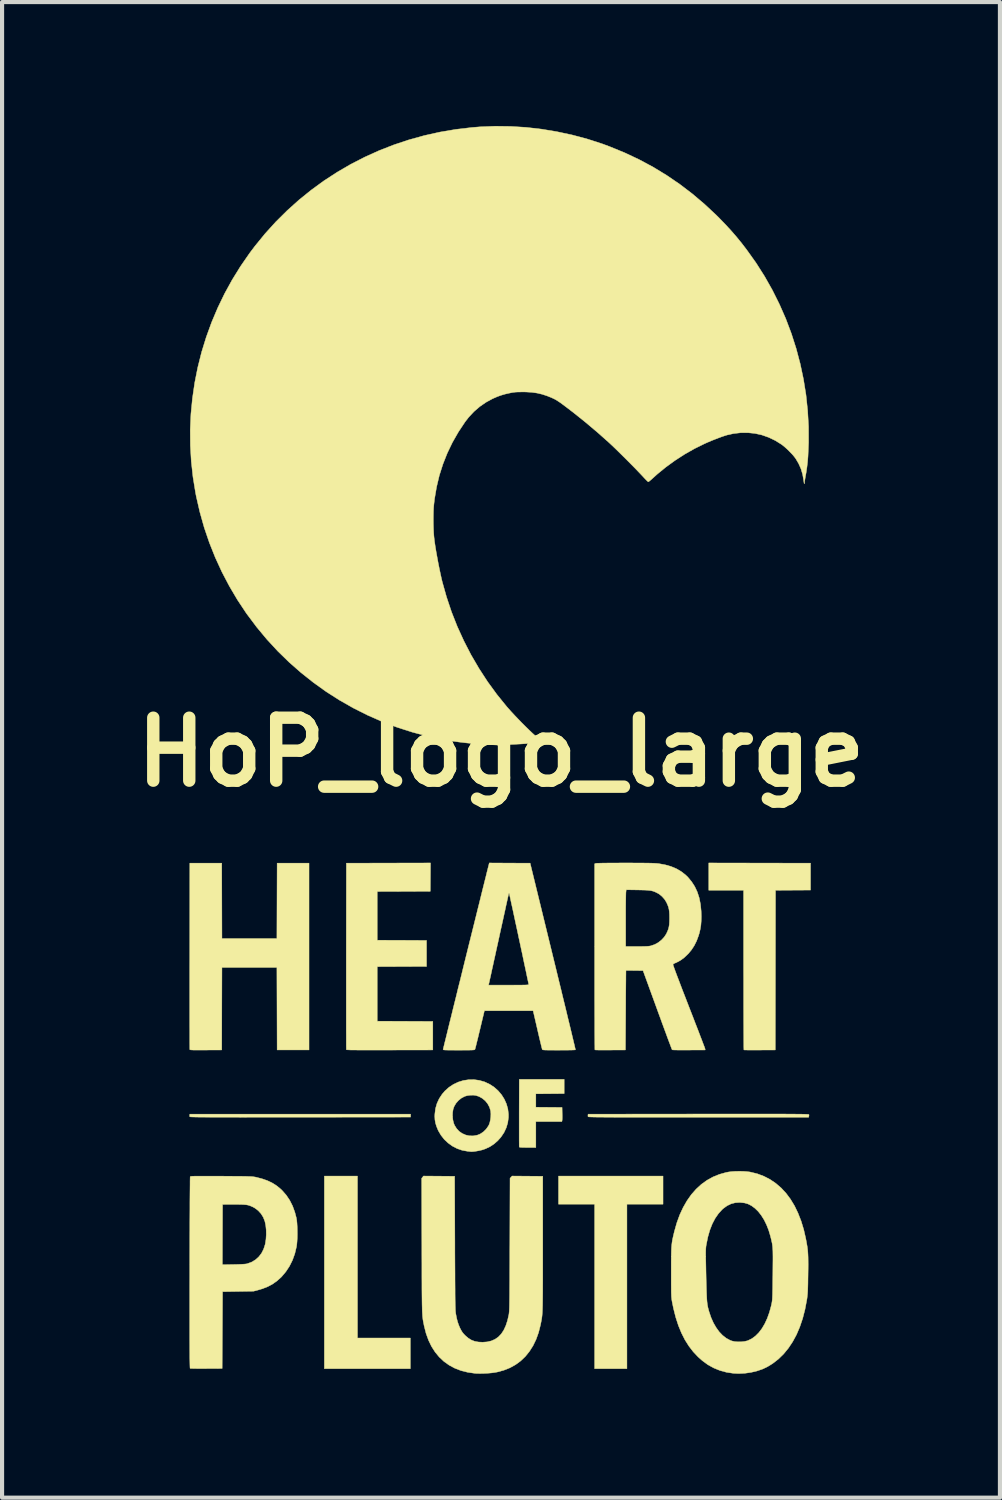
<source format=kicad_pcb>
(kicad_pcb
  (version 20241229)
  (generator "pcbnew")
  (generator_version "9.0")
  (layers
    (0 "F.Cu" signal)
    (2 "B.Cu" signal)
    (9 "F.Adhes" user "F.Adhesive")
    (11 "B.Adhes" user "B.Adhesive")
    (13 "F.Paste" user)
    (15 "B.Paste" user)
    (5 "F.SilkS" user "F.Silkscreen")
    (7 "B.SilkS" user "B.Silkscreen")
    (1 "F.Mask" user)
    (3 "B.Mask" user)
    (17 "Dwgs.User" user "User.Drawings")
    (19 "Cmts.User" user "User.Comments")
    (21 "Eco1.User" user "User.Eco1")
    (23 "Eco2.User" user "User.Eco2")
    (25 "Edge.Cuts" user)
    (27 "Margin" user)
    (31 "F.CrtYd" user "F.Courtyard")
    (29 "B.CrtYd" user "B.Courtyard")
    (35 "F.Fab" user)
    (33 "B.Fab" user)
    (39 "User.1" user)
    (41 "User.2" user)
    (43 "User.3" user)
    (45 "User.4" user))
  (footprint "HoP_logo_large"
    (layer "F.Cu")
    (at 9.079 15.159)
    (property "Reference" "HoP_logo_large" (at 0 0 0) (layer "F.SilkS") (effects (font (size 1.524 1.524) (thickness 0.3))))
    (attr through_hole)
    (fp_poly (pts (xy -3.475 14.183) (xy -2.195 14.183) (xy -2.195 14.925) (xy -4.277 14.925) (xy -4.277 10.262) (xy -3.475 10.262) (xy -3.475 14.183)) (stroke (width 0.01) (type solid)) (fill yes) (layer "F.SilkS"))
    (fp_poly (pts (xy 3.922 10.942) (xy 3.048 10.942) (xy 3.048 14.925) (xy 2.266 14.925) (xy 2.266 10.942) (xy 1.392 10.942) (xy 1.392 10.262) (xy 3.922 10.262) (xy 3.922 10.942)) (stroke (width 0.01) (type solid)) (fill yes) (layer "F.SilkS"))
    (fp_poly (pts (xy -2.189 8.834) (xy -4.859 8.837) (xy -5.138 8.837) (xy -5.397 8.837) (xy -5.638 8.837) (xy -5.86 8.837) (xy -6.064 8.837) (xy -6.252 8.838) (xy -6.424 8.837) (xy -6.58 8.837) (xy -6.721 8.837) (xy -6.848 8.837) (xy -6.962 8.837) (xy -7.063 8.836) (xy -7.152 8.836) (xy -7.229 8.835) (xy -7.296 8.835) (xy -7.353 8.834) (xy -7.401 8.833) (xy -7.44 8.832) (xy -7.472 8.831) (xy -7.496 8.83) (xy -7.514 8.829) (xy -7.526 8.828) (xy -7.532 8.826) (xy -7.535 8.825) (xy -7.538 8.803) (xy -7.537 8.787) (xy -7.534 8.763) (xy -2.189 8.763) (xy -2.189 8.834)) (stroke (width 0.01) (type solid)) (fill yes) (layer "F.SilkS"))
    (fp_poly (pts (xy 7.493 2.687) (xy 7.493 3.338) (xy 6.645 3.343) (xy 6.64 7.209) (xy 6.263 7.211) (xy 6.177 7.212) (xy 6.098 7.212) (xy 6.028 7.211) (xy 5.969 7.211) (xy 5.922 7.21) (xy 5.892 7.209) (xy 5.88 7.207) (xy 5.879 7.207) (xy 5.879 7.196) (xy 5.878 7.166) (xy 5.877 7.118) (xy 5.877 7.052) (xy 5.876 6.97) (xy 5.876 6.873) (xy 5.875 6.761) (xy 5.875 6.636) (xy 5.874 6.498) (xy 5.874 6.349) (xy 5.873 6.19) (xy 5.873 6.021) (xy 5.873 5.844) (xy 5.873 5.659) (xy 5.873 5.468) (xy 5.872 5.272) (xy 5.872 3.343) (xy 5.029 3.343) (xy 5.029 2.682) (xy 7.493 2.687)) (stroke (width 0.01) (type solid)) (fill yes) (layer "F.SilkS"))
    (fp_poly (pts (xy 1.529 8.265) (xy 0.843 8.271) (xy 0.843 8.595) (xy 1.478 8.6) (xy 1.481 8.748) (xy 1.482 8.802) (xy 1.482 8.851) (xy 1.481 8.89) (xy 1.479 8.914) (xy 1.478 8.918) (xy 1.473 8.941) (xy 0.843 8.941) (xy 0.843 9.571) (xy 0.645 9.571) (xy 0.572 9.57) (xy 0.517 9.569) (xy 0.479 9.567) (xy 0.455 9.564) (xy 0.443 9.56) (xy 0.442 9.558) (xy 0.441 9.546) (xy 0.44 9.515) (xy 0.44 9.468) (xy 0.439 9.404) (xy 0.439 9.326) (xy 0.439 9.236) (xy 0.439 9.135) (xy 0.439 9.024) (xy 0.439 8.906) (xy 0.439 8.781) (xy 0.439 8.733) (xy 0.442 7.92) (xy 1.529 7.92) (xy 1.529 8.265)) (stroke (width 0.01) (type solid)) (fill yes) (layer "F.SilkS"))
    (fp_poly (pts (xy -6.756 4.511) (xy -5.426 4.511) (xy -5.423 3.599) (xy -5.42 2.687) (xy -4.648 2.687) (xy -4.648 7.209) (xy -5.42 7.209) (xy -5.426 5.212) (xy -6.756 5.212) (xy -6.759 6.21) (xy -6.761 7.209) (xy -7.145 7.211) (xy -7.248 7.212) (xy -7.332 7.212) (xy -7.399 7.212) (xy -7.451 7.211) (xy -7.488 7.209) (xy -7.514 7.207) (xy -7.528 7.205) (xy -7.534 7.201) (xy -7.534 7.201) (xy -7.534 7.19) (xy -7.535 7.159) (xy -7.535 7.11) (xy -7.536 7.043) (xy -7.536 6.96) (xy -7.536 6.861) (xy -7.536 6.747) (xy -7.537 6.62) (xy -7.537 6.479) (xy -7.537 6.326) (xy -7.537 6.162) (xy -7.537 5.989) (xy -7.537 5.805) (xy -7.537 5.614) (xy -7.537 5.415) (xy -7.537 5.209) (xy -7.536 4.998) (xy -7.536 4.938) (xy -7.534 2.687) (xy -6.761 2.687) (xy -6.756 4.511)) (stroke (width 0.01) (type solid)) (fill yes) (layer "F.SilkS"))
    (fp_poly (pts (xy -1.712 3.368) (xy -2.355 3.371) (xy -2.997 3.373) (xy -2.997 4.552) (xy -2.4 4.554) (xy -1.803 4.557) (xy -1.803 5.187) (xy -2.997 5.192) (xy -2.997 6.512) (xy -1.651 6.518) (xy -1.651 7.209) (xy -2.695 7.211) (xy -2.87 7.211) (xy -3.026 7.212) (xy -3.163 7.212) (xy -3.282 7.212) (xy -3.386 7.211) (xy -3.474 7.211) (xy -3.548 7.21) (xy -3.608 7.21) (xy -3.656 7.209) (xy -3.692 7.207) (xy -3.718 7.206) (xy -3.735 7.204) (xy -3.743 7.202) (xy -3.744 7.201) (xy -3.745 7.19) (xy -3.745 7.159) (xy -3.746 7.11) (xy -3.746 7.043) (xy -3.746 6.96) (xy -3.746 6.861) (xy -3.747 6.747) (xy -3.747 6.62) (xy -3.747 6.479) (xy -3.747 6.326) (xy -3.747 6.162) (xy -3.747 5.989) (xy -3.747 5.805) (xy -3.747 5.614) (xy -3.747 5.415) (xy -3.747 5.209) (xy -3.747 4.998) (xy -3.747 4.938) (xy -3.744 2.687) (xy -1.707 2.682) (xy -1.712 3.368)) (stroke (width 0.01) (type solid)) (fill yes) (layer "F.SilkS"))
    (fp_poly (pts (xy 6.334 8.76) (xy 6.489 8.76) (xy 6.63 8.76) (xy 6.756 8.76) (xy 6.869 8.76) (xy 6.97 8.761) (xy 7.058 8.761) (xy 7.136 8.762) (xy 7.203 8.762) (xy 7.26 8.763) (xy 7.309 8.764) (xy 7.349 8.765) (xy 7.381 8.766) (xy 7.406 8.767) (xy 7.425 8.768) (xy 7.439 8.769) (xy 7.448 8.771) (xy 7.453 8.772) (xy 7.454 8.773) (xy 7.456 8.794) (xy 7.453 8.814) (xy 7.447 8.839) (xy 4.78 8.839) (xy 4.501 8.839) (xy 4.242 8.839) (xy 4.002 8.839) (xy 3.78 8.839) (xy 3.575 8.839) (xy 3.388 8.839) (xy 3.216 8.838) (xy 3.06 8.838) (xy 2.919 8.838) (xy 2.792 8.838) (xy 2.678 8.837) (xy 2.577 8.837) (xy 2.489 8.836) (xy 2.411 8.835) (xy 2.344 8.835) (xy 2.287 8.834) (xy 2.24 8.833) (xy 2.2 8.832) (xy 2.169 8.831) (xy 2.145 8.83) (xy 2.128 8.829) (xy 2.116 8.827) (xy 2.109 8.826) (xy 2.107 8.825) (xy 2.104 8.803) (xy 2.105 8.787) (xy 2.108 8.763) (xy 4.778 8.76) (xy 5.056 8.76) (xy 5.314 8.76) (xy 5.553 8.76) (xy 5.774 8.76) (xy 5.977 8.76) (xy 6.164 8.76) (xy 6.334 8.76)) (stroke (width 0.01) (type solid)) (fill yes) (layer "F.SilkS"))
    (fp_poly (pts (xy -0.526 7.945) (xy -0.399 7.981) (xy -0.388 7.986) (xy -0.27 8.042) (xy -0.163 8.113) (xy -0.068 8.198) (xy 0.013 8.294) (xy 0.08 8.401) (xy 0.131 8.515) (xy 0.165 8.635) (xy 0.18 8.76) (xy 0.18 8.842) (xy 0.163 8.97) (xy 0.127 9.092) (xy 0.072 9.209) (xy -0.000437 9.317) (xy -0.078 9.405) (xy -0.171 9.486) (xy -0.268 9.55) (xy -0.376 9.601) (xy -0.446 9.626) (xy -0.486 9.636) (xy -0.535 9.647) (xy -0.589 9.657) (xy -0.641 9.665) (xy -0.686 9.67) (xy -0.719 9.671) (xy -0.726 9.671) (xy -0.741 9.669) (xy -0.77 9.666) (xy -0.807 9.662) (xy -0.813 9.661) (xy -0.94 9.638) (xy -1.062 9.596) (xy -1.176 9.537) (xy -1.281 9.462) (xy -1.374 9.374) (xy -1.454 9.272) (xy -1.52 9.16) (xy -1.562 9.058) (xy -1.587 8.975) (xy -1.6 8.897) (xy -1.604 8.816) (xy -1.174 8.816) (xy -1.165 8.903) (xy -1.145 8.983) (xy -1.127 9.029) (xy -1.077 9.11) (xy -1.015 9.178) (xy -0.94 9.23) (xy -0.857 9.267) (xy -0.768 9.287) (xy -0.674 9.289) (xy -0.577 9.272) (xy -0.574 9.271) (xy -0.497 9.239) (xy -0.425 9.19) (xy -0.361 9.127) (xy -0.308 9.052) (xy -0.289 9.016) (xy -0.271 8.963) (xy -0.257 8.898) (xy -0.248 8.826) (xy -0.246 8.756) (xy -0.251 8.693) (xy -0.252 8.683) (xy -0.279 8.594) (xy -0.323 8.512) (xy -0.382 8.439) (xy -0.453 8.38) (xy -0.535 8.335) (xy -0.608 8.311) (xy -0.67 8.303) (xy -0.741 8.304) (xy -0.812 8.313) (xy -0.874 8.33) (xy -0.876 8.331) (xy -0.956 8.372) (xy -1.029 8.43) (xy -1.091 8.501) (xy -1.136 8.578) (xy -1.16 8.648) (xy -1.172 8.729) (xy -1.174 8.816) (xy -1.604 8.816) (xy -1.604 8.814) (xy -1.602 8.76) (xy -1.586 8.628) (xy -1.55 8.503) (xy -1.496 8.386) (xy -1.423 8.276) (xy -1.358 8.201) (xy -1.26 8.113) (xy -1.151 8.041) (xy -1.034 7.986) (xy -0.911 7.948) (xy -0.784 7.929) (xy -0.655 7.927) (xy -0.526 7.945)) (stroke (width 0.01) (type solid)) (fill yes) (layer "F.SilkS"))
    (fp_poly (pts (xy 0.639 10.264) (xy 1.011 10.267) (xy 1.011 11.892) (xy 1.011 12.11) (xy 1.011 12.308) (xy 1.011 12.488) (xy 1.011 12.651) (xy 1.011 12.797) (xy 1.01 12.929) (xy 1.01 13.046) (xy 1.009 13.15) (xy 1.008 13.243) (xy 1.007 13.324) (xy 1.006 13.395) (xy 1.004 13.458) (xy 1.002 13.513) (xy 1 13.561) (xy 0.997 13.603) (xy 0.994 13.64) (xy 0.99 13.674) (xy 0.986 13.705) (xy 0.981 13.734) (xy 0.976 13.763) (xy 0.97 13.793) (xy 0.964 13.823) (xy 0.957 13.857) (xy 0.955 13.868) (xy 0.909 14.049) (xy 0.849 14.216) (xy 0.775 14.369) (xy 0.688 14.506) (xy 0.589 14.629) (xy 0.476 14.737) (xy 0.352 14.828) (xy 0.215 14.904) (xy 0.067 14.963) (xy -0.093 15.006) (xy -0.147 15.016) (xy -0.228 15.027) (xy -0.32 15.035) (xy -0.417 15.04) (xy -0.511 15.042) (xy -0.597 15.04) (xy -0.635 15.037) (xy -0.808 15.012) (xy -0.97 14.971) (xy -1.12 14.913) (xy -1.257 14.839) (xy -1.382 14.75) (xy -1.495 14.644) (xy -1.595 14.523) (xy -1.682 14.387) (xy -1.755 14.236) (xy -1.815 14.07) (xy -1.861 13.89) (xy -1.864 13.875) (xy -1.87 13.843) (xy -1.876 13.814) (xy -1.882 13.787) (xy -1.886 13.76) (xy -1.891 13.732) (xy -1.894 13.703) (xy -1.898 13.672) (xy -1.901 13.636) (xy -1.903 13.596) (xy -1.906 13.551) (xy -1.908 13.498) (xy -1.909 13.438) (xy -1.911 13.369) (xy -1.912 13.29) (xy -1.913 13.2) (xy -1.914 13.098) (xy -1.915 12.983) (xy -1.915 12.854) (xy -1.916 12.711) (xy -1.916 12.55) (xy -1.916 12.373) (xy -1.917 12.178) (xy -1.917 11.963) (xy -1.917 11.952) (xy -1.921 10.316) (xy -1.899 10.289) (xy -1.878 10.261) (xy -1.123 10.267) (xy -1.117 11.882) (xy -1.117 12.096) (xy -1.116 12.29) (xy -1.115 12.467) (xy -1.114 12.625) (xy -1.114 12.768) (xy -1.113 12.895) (xy -1.112 13.007) (xy -1.112 13.106) (xy -1.111 13.193) (xy -1.11 13.268) (xy -1.109 13.332) (xy -1.108 13.388) (xy -1.106 13.434) (xy -1.105 13.473) (xy -1.104 13.506) (xy -1.102 13.532) (xy -1.1 13.555) (xy -1.098 13.573) (xy -1.096 13.589) (xy -1.094 13.599) (xy -1.075 13.698) (xy -1.054 13.782) (xy -1.028 13.859) (xy -0.997 13.933) (xy -0.989 13.95) (xy -0.961 14.003) (xy -0.934 14.046) (xy -0.901 14.086) (xy -0.865 14.123) (xy -0.793 14.185) (xy -0.719 14.231) (xy -0.638 14.262) (xy -0.548 14.279) (xy -0.447 14.284) (xy -0.335 14.276) (xy -0.234 14.252) (xy -0.144 14.212) (xy -0.064 14.156) (xy 0.006 14.083) (xy 0.066 13.992) (xy 0.116 13.884) (xy 0.157 13.759) (xy 0.19 13.615) (xy 0.19 13.614) (xy 0.192 13.6) (xy 0.194 13.585) (xy 0.196 13.566) (xy 0.198 13.543) (xy 0.2 13.516) (xy 0.201 13.483) (xy 0.203 13.443) (xy 0.204 13.396) (xy 0.205 13.339) (xy 0.206 13.273) (xy 0.207 13.196) (xy 0.208 13.108) (xy 0.208 13.007) (xy 0.209 12.892) (xy 0.21 12.763) (xy 0.21 12.617) (xy 0.211 12.456) (xy 0.212 12.276) (xy 0.212 12.079) (xy 0.213 11.916) (xy 0.218 10.314) (xy 0.243 10.288) (xy 0.268 10.261) (xy 0.639 10.264)) (stroke (width 0.01) (type solid)) (fill yes) (layer "F.SilkS"))
    (fp_poly (pts (xy -7.147 10.263) (xy -7.044 10.263) (xy -6.923 10.264) (xy -6.784 10.264) (xy -6.773 10.264) (xy -6.632 10.265) (xy -6.509 10.266) (xy -6.404 10.267) (xy -6.315 10.267) (xy -6.239 10.268) (xy -6.176 10.269) (xy -6.124 10.271) (xy -6.081 10.272) (xy -6.046 10.274) (xy -6.018 10.276) (xy -5.993 10.279) (xy -5.972 10.282) (xy -5.953 10.285) (xy -5.933 10.289) (xy -5.929 10.29) (xy -5.786 10.327) (xy -5.659 10.371) (xy -5.546 10.424) (xy -5.443 10.488) (xy -5.348 10.564) (xy -5.299 10.61) (xy -5.199 10.724) (xy -5.115 10.849) (xy -5.046 10.986) (xy -4.991 11.138) (xy -4.956 11.271) (xy -4.946 11.33) (xy -4.939 11.403) (xy -4.934 11.488) (xy -4.932 11.58) (xy -4.931 11.674) (xy -4.933 11.766) (xy -4.938 11.852) (xy -4.945 11.926) (xy -4.952 11.974) (xy -4.992 12.141) (xy -5.049 12.299) (xy -5.122 12.445) (xy -5.21 12.578) (xy -5.312 12.699) (xy -5.324 12.711) (xy -5.423 12.8) (xy -5.529 12.875) (xy -5.644 12.937) (xy -5.772 12.988) (xy -5.872 13.018) (xy -5.989 13.049) (xy -6.365 13.055) (xy -6.741 13.061) (xy -6.751 14.92) (xy -7.132 14.922) (xy -7.219 14.923) (xy -7.299 14.923) (xy -7.371 14.922) (xy -7.431 14.921) (xy -7.479 14.92) (xy -7.511 14.919) (xy -7.526 14.917) (xy -7.526 14.917) (xy -7.528 14.912) (xy -7.529 14.9) (xy -7.53 14.881) (xy -7.531 14.852) (xy -7.532 14.814) (xy -7.533 14.766) (xy -7.534 14.708) (xy -7.535 14.638) (xy -7.535 14.556) (xy -7.536 14.461) (xy -7.536 14.353) (xy -7.537 14.23) (xy -7.537 14.093) (xy -7.537 13.941) (xy -7.537 13.772) (xy -7.537 13.587) (xy -7.537 13.384) (xy -7.537 13.163) (xy -7.537 12.923) (xy -7.536 12.663) (xy -7.536 12.603) (xy -7.536 12.408) (xy -6.746 12.408) (xy -6.469 12.403) (xy -6.377 12.401) (xy -6.303 12.398) (xy -6.244 12.395) (xy -6.199 12.392) (xy -6.165 12.388) (xy -6.14 12.382) (xy -6.137 12.381) (xy -6.033 12.342) (xy -5.941 12.286) (xy -5.863 12.215) (xy -5.797 12.129) (xy -5.747 12.03) (xy -5.711 11.919) (xy -5.706 11.895) (xy -5.69 11.789) (xy -5.683 11.676) (xy -5.685 11.563) (xy -5.696 11.456) (xy -5.716 11.361) (xy -5.717 11.359) (xy -5.755 11.26) (xy -5.81 11.172) (xy -5.88 11.096) (xy -5.963 11.034) (xy -6.007 11.01) (xy -6.045 10.993) (xy -6.079 10.979) (xy -6.113 10.968) (xy -6.149 10.96) (xy -6.191 10.955) (xy -6.242 10.951) (xy -6.304 10.949) (xy -6.381 10.948) (xy -6.467 10.948) (xy -6.741 10.947) (xy -6.746 12.408) (xy -7.536 12.408) (xy -7.536 12.382) (xy -7.536 12.167) (xy -7.535 11.959) (xy -7.535 11.759) (xy -7.534 11.568) (xy -7.534 11.387) (xy -7.533 11.216) (xy -7.532 11.057) (xy -7.532 10.91) (xy -7.531 10.776) (xy -7.53 10.656) (xy -7.529 10.551) (xy -7.528 10.462) (xy -7.528 10.389) (xy -7.527 10.334) (xy -7.526 10.298) (xy -7.525 10.28) (xy -7.525 10.279) (xy -7.522 10.275) (xy -7.518 10.272) (xy -7.509 10.27) (xy -7.496 10.268) (xy -7.476 10.266) (xy -7.449 10.265) (xy -7.412 10.264) (xy -7.365 10.263) (xy -7.306 10.263) (xy -7.234 10.263) (xy -7.147 10.263)) (stroke (width 0.01) (type solid)) (fill yes) (layer "F.SilkS"))
    (fp_poly (pts (xy 0.211 2.685) (xy 0.705 2.687) (xy 1.256 4.943) (xy 1.307 5.152) (xy 1.357 5.357) (xy 1.405 5.555) (xy 1.452 5.746) (xy 1.496 5.93) (xy 1.539 6.105) (xy 1.579 6.27) (xy 1.616 6.425) (xy 1.651 6.568) (xy 1.683 6.7) (xy 1.711 6.818) (xy 1.736 6.922) (xy 1.757 7.011) (xy 1.775 7.085) (xy 1.788 7.142) (xy 1.797 7.181) (xy 1.801 7.202) (xy 1.802 7.206) (xy 1.791 7.207) (xy 1.762 7.209) (xy 1.717 7.211) (xy 1.659 7.212) (xy 1.589 7.213) (xy 1.509 7.213) (xy 1.423 7.214) (xy 1.402 7.214) (xy 1.301 7.214) (xy 1.22 7.213) (xy 1.154 7.213) (xy 1.103 7.212) (xy 1.065 7.211) (xy 1.038 7.209) (xy 1.019 7.207) (xy 1.008 7.204) (xy 1.001 7.2) (xy 0.998 7.196) (xy 0.994 7.183) (xy 0.986 7.151) (xy 0.974 7.105) (xy 0.96 7.044) (xy 0.942 6.972) (xy 0.923 6.891) (xy 0.902 6.802) (xy 0.883 6.718) (xy 0.777 6.259) (xy -0.402 6.259) (xy -0.512 6.718) (xy -0.535 6.812) (xy -0.556 6.901) (xy -0.576 6.981) (xy -0.594 7.052) (xy -0.608 7.111) (xy -0.62 7.156) (xy -0.628 7.185) (xy -0.631 7.196) (xy -0.635 7.2) (xy -0.642 7.204) (xy -0.654 7.207) (xy -0.673 7.209) (xy -0.701 7.211) (xy -0.741 7.212) (xy -0.793 7.213) (xy -0.86 7.213) (xy -0.944 7.214) (xy -1.021 7.214) (xy -1.12 7.214) (xy -1.2 7.213) (xy -1.263 7.213) (xy -1.312 7.212) (xy -1.347 7.211) (xy -1.373 7.209) (xy -1.389 7.207) (xy -1.398 7.204) (xy -1.401 7.2) (xy -1.402 7.196) (xy -1.4 7.186) (xy -1.393 7.156) (xy -1.381 7.109) (xy -1.366 7.046) (xy -1.346 6.967) (xy -1.323 6.874) (xy -1.297 6.767) (xy -1.268 6.648) (xy -1.236 6.518) (xy -1.201 6.378) (xy -1.165 6.23) (xy -1.126 6.073) (xy -1.085 5.909) (xy -1.044 5.739) (xy -1.019 5.639) (xy -0.303 5.639) (xy 0.184 5.639) (xy 0.3 5.639) (xy 0.398 5.638) (xy 0.478 5.638) (xy 0.542 5.637) (xy 0.592 5.636) (xy 0.628 5.634) (xy 0.652 5.632) (xy 0.666 5.629) (xy 0.671 5.626) (xy 0.671 5.626) (xy 0.669 5.614) (xy 0.663 5.584) (xy 0.653 5.538) (xy 0.64 5.476) (xy 0.624 5.401) (xy 0.606 5.313) (xy 0.585 5.215) (xy 0.562 5.109) (xy 0.538 4.994) (xy 0.513 4.874) (xy 0.486 4.75) (xy 0.459 4.623) (xy 0.431 4.494) (xy 0.404 4.366) (xy 0.377 4.24) (xy 0.35 4.117) (xy 0.325 3.999) (xy 0.301 3.888) (xy 0.279 3.784) (xy 0.258 3.691) (xy 0.24 3.608) (xy 0.225 3.538) (xy 0.213 3.482) (xy 0.204 3.442) (xy 0.199 3.419) (xy 0.197 3.415) (xy 0.189 3.415) (xy 0.187 3.425) (xy 0.18 3.454) (xy 0.169 3.5) (xy 0.155 3.562) (xy 0.138 3.639) (xy 0.118 3.729) (xy 0.096 3.832) (xy 0.071 3.945) (xy 0.044 4.068) (xy 0.015 4.199) (xy -0.016 4.338) (xy -0.047 4.482) (xy -0.05 4.496) (xy -0.082 4.641) (xy -0.113 4.781) (xy -0.142 4.915) (xy -0.17 5.04) (xy -0.195 5.157) (xy -0.219 5.263) (xy -0.239 5.357) (xy -0.257 5.439) (xy -0.272 5.505) (xy -0.283 5.556) (xy -0.291 5.59) (xy -0.294 5.605) (xy -0.295 5.606) (xy -0.303 5.639) (xy -1.019 5.639) (xy -1 5.565) (xy -0.956 5.387) (xy -0.912 5.207) (xy -0.867 5.025) (xy -0.822 4.843) (xy -0.777 4.661) (xy -0.732 4.481) (xy -0.688 4.304) (xy -0.645 4.131) (xy -0.603 3.962) (xy -0.563 3.8) (xy -0.524 3.645) (xy -0.488 3.498) (xy -0.454 3.36) (xy -0.422 3.232) (xy -0.393 3.116) (xy -0.367 3.013) (xy -0.345 2.922) (xy -0.326 2.847) (xy -0.311 2.787) (xy -0.3 2.744) (xy -0.294 2.72) (xy -0.284 2.682) (xy 0.211 2.685)) (stroke (width 0.01) (type solid)) (fill yes) (layer "F.SilkS"))
    (fp_poly (pts (xy 3.151 2.682) (xy 3.277 2.683) (xy 3.385 2.683) (xy 3.477 2.684) (xy 3.555 2.685) (xy 3.621 2.686) (xy 3.676 2.688) (xy 3.721 2.69) (xy 3.759 2.692) (xy 3.79 2.695) (xy 3.812 2.697) (xy 3.972 2.726) (xy 4.116 2.767) (xy 4.247 2.822) (xy 4.364 2.891) (xy 4.469 2.973) (xy 4.522 3.024) (xy 4.613 3.134) (xy 4.69 3.253) (xy 4.751 3.383) (xy 4.797 3.524) (xy 4.828 3.678) (xy 4.845 3.846) (xy 4.849 3.973) (xy 4.846 4.09) (xy 4.838 4.193) (xy 4.822 4.289) (xy 4.8 4.383) (xy 4.78 4.447) (xy 4.733 4.573) (xy 4.678 4.683) (xy 4.614 4.781) (xy 4.539 4.873) (xy 4.529 4.883) (xy 4.436 4.972) (xy 4.342 5.041) (xy 4.245 5.093) (xy 4.215 5.105) (xy 4.185 5.119) (xy 4.166 5.135) (xy 4.163 5.141) (xy 4.166 5.153) (xy 4.176 5.182) (xy 4.192 5.228) (xy 4.214 5.289) (xy 4.242 5.364) (xy 4.275 5.451) (xy 4.313 5.55) (xy 4.354 5.659) (xy 4.399 5.777) (xy 4.448 5.902) (xy 4.499 6.034) (xy 4.548 6.161) (xy 4.601 6.297) (xy 4.652 6.428) (xy 4.7 6.554) (xy 4.746 6.671) (xy 4.788 6.78) (xy 4.825 6.878) (xy 4.859 6.965) (xy 4.887 7.04) (xy 4.91 7.1) (xy 4.927 7.145) (xy 4.937 7.174) (xy 4.94 7.185) (xy 4.943 7.209) (xy 4.547 7.211) (xy 4.443 7.212) (xy 4.352 7.212) (xy 4.276 7.211) (xy 4.216 7.21) (xy 4.172 7.208) (xy 4.148 7.206) (xy 4.142 7.204) (xy 4.137 7.193) (xy 4.126 7.165) (xy 4.109 7.12) (xy 4.086 7.059) (xy 4.058 6.985) (xy 4.026 6.899) (xy 3.99 6.8) (xy 3.95 6.692) (xy 3.907 6.576) (xy 3.862 6.451) (xy 3.814 6.321) (xy 3.785 6.241) (xy 3.438 5.288) (xy 3.233 5.286) (xy 3.171 5.285) (xy 3.116 5.284) (xy 3.071 5.284) (xy 3.04 5.285) (xy 3.026 5.285) (xy 3.025 5.286) (xy 3.025 5.296) (xy 3.024 5.325) (xy 3.024 5.372) (xy 3.023 5.435) (xy 3.023 5.512) (xy 3.022 5.603) (xy 3.021 5.706) (xy 3.02 5.819) (xy 3.019 5.941) (xy 3.019 6.071) (xy 3.018 6.208) (xy 3.018 6.248) (xy 3.012 7.209) (xy 2.646 7.211) (xy 2.562 7.212) (xy 2.484 7.212) (xy 2.415 7.211) (xy 2.357 7.211) (xy 2.312 7.21) (xy 2.283 7.208) (xy 2.273 7.207) (xy 2.272 7.196) (xy 2.271 7.166) (xy 2.271 7.118) (xy 2.27 7.052) (xy 2.27 6.969) (xy 2.269 6.87) (xy 2.268 6.757) (xy 2.268 6.63) (xy 2.268 6.49) (xy 2.267 6.337) (xy 2.267 6.174) (xy 2.266 6) (xy 2.266 5.817) (xy 2.266 5.626) (xy 2.266 5.427) (xy 2.266 5.222) (xy 2.266 5.011) (xy 2.266 4.951) (xy 2.266 4.081) (xy 3.018 4.081) (xy 3.018 4.704) (xy 3.289 4.704) (xy 3.381 4.704) (xy 3.456 4.702) (xy 3.514 4.701) (xy 3.561 4.698) (xy 3.596 4.694) (xy 3.624 4.689) (xy 3.626 4.688) (xy 3.718 4.657) (xy 3.805 4.61) (xy 3.884 4.548) (xy 3.951 4.476) (xy 4.003 4.397) (xy 4.006 4.389) (xy 4.032 4.333) (xy 4.051 4.282) (xy 4.064 4.232) (xy 4.073 4.176) (xy 4.077 4.111) (xy 4.079 4.032) (xy 4.079 4.013) (xy 4.078 3.93) (xy 4.074 3.863) (xy 4.066 3.806) (xy 4.054 3.754) (xy 4.036 3.704) (xy 4.012 3.65) (xy 4.007 3.638) (xy 3.96 3.562) (xy 3.899 3.493) (xy 3.83 3.436) (xy 3.779 3.407) (xy 3.74 3.388) (xy 3.705 3.373) (xy 3.67 3.362) (xy 3.633 3.353) (xy 3.591 3.347) (xy 3.54 3.342) (xy 3.478 3.339) (xy 3.402 3.337) (xy 3.311 3.335) (xy 3.031 3.331) (xy 3.024 3.394) (xy 3.023 3.415) (xy 3.022 3.455) (xy 3.021 3.511) (xy 3.02 3.582) (xy 3.019 3.665) (xy 3.018 3.758) (xy 3.018 3.86) (xy 3.018 3.968) (xy 3.018 4.081) (xy 2.266 4.081) (xy 2.266 2.702) (xy 2.292 2.692) (xy 2.307 2.69) (xy 2.342 2.688) (xy 2.395 2.687) (xy 2.465 2.685) (xy 2.552 2.684) (xy 2.654 2.683) (xy 2.77 2.683) (xy 2.9 2.682) (xy 3.008 2.682) (xy 3.151 2.682)) (stroke (width 0.01) (type solid)) (fill yes) (layer "F.SilkS"))
    (fp_poly (pts (xy 5.854 10.147) (xy 5.942 10.153) (xy 6.019 10.162) (xy 6.035 10.165) (xy 6.204 10.206) (xy 6.363 10.266) (xy 6.512 10.343) (xy 6.652 10.438) (xy 6.781 10.549) (xy 6.9 10.677) (xy 7.008 10.822) (xy 7.105 10.982) (xy 7.19 11.159) (xy 7.265 11.351) (xy 7.328 11.558) (xy 7.375 11.763) (xy 7.39 11.839) (xy 7.402 11.907) (xy 7.413 11.97) (xy 7.421 12.032) (xy 7.427 12.094) (xy 7.431 12.16) (xy 7.434 12.232) (xy 7.435 12.313) (xy 7.436 12.405) (xy 7.435 12.512) (xy 7.433 12.637) (xy 7.433 12.651) (xy 7.431 12.763) (xy 7.43 12.856) (xy 7.428 12.934) (xy 7.426 12.999) (xy 7.424 13.053) (xy 7.421 13.1) (xy 7.417 13.141) (xy 7.413 13.179) (xy 7.409 13.216) (xy 7.403 13.255) (xy 7.402 13.261) (xy 7.358 13.493) (xy 7.302 13.71) (xy 7.233 13.913) (xy 7.153 14.101) (xy 7.06 14.273) (xy 6.956 14.429) (xy 6.841 14.569) (xy 6.714 14.693) (xy 6.576 14.8) (xy 6.451 14.877) (xy 6.329 14.935) (xy 6.194 14.981) (xy 6.05 15.015) (xy 5.902 15.036) (xy 5.753 15.043) (xy 5.627 15.037) (xy 5.459 15.012) (xy 5.301 14.969) (xy 5.152 14.909) (xy 5.01 14.831) (xy 4.876 14.733) (xy 4.773 14.642) (xy 4.654 14.516) (xy 4.548 14.378) (xy 4.452 14.226) (xy 4.368 14.06) (xy 4.294 13.88) (xy 4.23 13.683) (xy 4.176 13.47) (xy 4.143 13.31) (xy 4.138 13.282) (xy 4.134 13.257) (xy 4.131 13.231) (xy 4.128 13.204) (xy 4.125 13.173) (xy 4.124 13.136) (xy 4.122 13.092) (xy 4.121 13.038) (xy 4.121 12.973) (xy 4.12 12.895) (xy 4.12 12.801) (xy 4.12 12.691) (xy 4.12 12.583) (xy 4.12 12.45) (xy 4.12 12.335) (xy 4.121 12.236) (xy 4.122 12.152) (xy 4.122 12.149) (xy 4.955 12.149) (xy 4.955 12.206) (xy 4.956 12.275) (xy 4.958 12.358) (xy 4.96 12.457) (xy 4.962 12.573) (xy 4.964 12.663) (xy 4.967 12.799) (xy 4.97 12.916) (xy 4.973 13.017) (xy 4.976 13.103) (xy 4.979 13.176) (xy 4.982 13.238) (xy 4.986 13.291) (xy 4.991 13.337) (xy 4.996 13.377) (xy 5.003 13.413) (xy 5.01 13.448) (xy 5.019 13.482) (xy 5.029 13.519) (xy 5.035 13.54) (xy 5.083 13.683) (xy 5.141 13.814) (xy 5.208 13.93) (xy 5.282 14.032) (xy 5.364 14.118) (xy 5.452 14.187) (xy 5.545 14.237) (xy 5.591 14.254) (xy 5.657 14.269) (xy 5.734 14.275) (xy 5.816 14.274) (xy 5.895 14.265) (xy 5.964 14.249) (xy 5.977 14.244) (xy 6.07 14.199) (xy 6.159 14.134) (xy 6.241 14.052) (xy 6.317 13.952) (xy 6.385 13.837) (xy 6.445 13.707) (xy 6.497 13.562) (xy 6.54 13.405) (xy 6.553 13.346) (xy 6.557 13.324) (xy 6.561 13.301) (xy 6.564 13.276) (xy 6.567 13.247) (xy 6.569 13.212) (xy 6.571 13.169) (xy 6.573 13.117) (xy 6.574 13.054) (xy 6.576 12.978) (xy 6.577 12.887) (xy 6.578 12.78) (xy 6.58 12.654) (xy 6.58 12.635) (xy 6.581 12.503) (xy 6.582 12.389) (xy 6.583 12.291) (xy 6.583 12.208) (xy 6.582 12.137) (xy 6.581 12.077) (xy 6.578 12.025) (xy 6.575 11.979) (xy 6.57 11.938) (xy 6.565 11.9) (xy 6.557 11.862) (xy 6.548 11.822) (xy 6.538 11.779) (xy 6.526 11.73) (xy 6.524 11.722) (xy 6.481 11.577) (xy 6.429 11.444) (xy 6.369 11.322) (xy 6.301 11.213) (xy 6.227 11.119) (xy 6.147 11.041) (xy 6.063 10.979) (xy 5.975 10.935) (xy 5.894 10.912) (xy 5.78 10.9) (xy 5.671 10.907) (xy 5.568 10.934) (xy 5.471 10.981) (xy 5.381 11.047) (xy 5.353 11.072) (xy 5.263 11.171) (xy 5.183 11.287) (xy 5.114 11.419) (xy 5.056 11.567) (xy 5.008 11.733) (xy 4.971 11.915) (xy 4.968 11.932) (xy 4.964 11.955) (xy 4.961 11.979) (xy 4.959 12.003) (xy 4.957 12.031) (xy 4.956 12.063) (xy 4.955 12.102) (xy 4.955 12.149) (xy 4.122 12.149) (xy 4.124 12.078) (xy 4.126 12.015) (xy 4.13 11.959) (xy 4.135 11.909) (xy 4.141 11.862) (xy 4.148 11.816) (xy 4.158 11.769) (xy 4.169 11.718) (xy 4.182 11.663) (xy 4.196 11.605) (xy 4.255 11.396) (xy 4.326 11.201) (xy 4.409 11.022) (xy 4.503 10.858) (xy 4.607 10.71) (xy 4.723 10.578) (xy 4.848 10.463) (xy 4.984 10.365) (xy 5.129 10.284) (xy 5.284 10.221) (xy 5.447 10.175) (xy 5.502 10.164) (xy 5.577 10.154) (xy 5.665 10.148) (xy 5.76 10.146) (xy 5.854 10.147)) (stroke (width 0.01) (type solid)) (fill yes) (layer "F.SilkS"))
    (fp_poly (pts (xy 0.233 -15.149) (xy 0.606 -15.126) (xy 0.981 -15.083) (xy 1.353 -15.021) (xy 1.723 -14.942) (xy 2.089 -14.844) (xy 2.448 -14.728) (xy 2.631 -14.66) (xy 2.992 -14.512) (xy 3.342 -14.347) (xy 3.68 -14.166) (xy 4.007 -13.967) (xy 4.324 -13.751) (xy 4.63 -13.518) (xy 4.926 -13.267) (xy 5.213 -12.999) (xy 5.285 -12.927) (xy 5.435 -12.772) (xy 5.573 -12.622) (xy 5.703 -12.472) (xy 5.829 -12.317) (xy 5.949 -12.16) (xy 6.173 -11.846) (xy 6.379 -11.522) (xy 6.568 -11.188) (xy 6.739 -10.845) (xy 6.893 -10.495) (xy 7.028 -10.137) (xy 7.145 -9.772) (xy 7.243 -9.402) (xy 7.322 -9.028) (xy 7.383 -8.649) (xy 7.423 -8.267) (xy 7.445 -7.883) (xy 7.446 -7.498) (xy 7.432 -7.167) (xy 7.421 -7.027) (xy 7.406 -6.9) (xy 7.388 -6.777) (xy 7.382 -6.741) (xy 7.37 -6.678) (xy 7.36 -6.619) (xy 7.352 -6.568) (xy 7.346 -6.53) (xy 7.344 -6.507) (xy 7.341 -6.496) (xy 7.338 -6.505) (xy 7.333 -6.533) (xy 7.327 -6.576) (xy 7.302 -6.723) (xy 7.262 -6.858) (xy 7.205 -6.986) (xy 7.135 -7.105) (xy 7.099 -7.153) (xy 7.051 -7.21) (xy 6.994 -7.269) (xy 6.934 -7.329) (xy 6.873 -7.384) (xy 6.816 -7.431) (xy 6.792 -7.449) (xy 6.64 -7.544) (xy 6.482 -7.62) (xy 6.318 -7.678) (xy 6.149 -7.716) (xy 5.976 -7.734) (xy 5.801 -7.733) (xy 5.625 -7.712) (xy 5.476 -7.679) (xy 5.418 -7.661) (xy 5.346 -7.637) (xy 5.265 -7.607) (xy 5.177 -7.573) (xy 5.088 -7.538) (xy 5.002 -7.501) (xy 4.93 -7.469) (xy 4.686 -7.349) (xy 4.446 -7.213) (xy 4.214 -7.063) (xy 3.992 -6.902) (xy 3.785 -6.733) (xy 3.661 -6.621) (xy 3.626 -6.59) (xy 3.596 -6.565) (xy 3.574 -6.549) (xy 3.563 -6.545) (xy 3.552 -6.553) (xy 3.53 -6.574) (xy 3.499 -6.605) (xy 3.462 -6.644) (xy 3.429 -6.68) (xy 3.379 -6.733) (xy 3.317 -6.798) (xy 3.246 -6.872) (xy 3.167 -6.952) (xy 3.084 -7.036) (xy 2.999 -7.121) (xy 2.914 -7.205) (xy 2.832 -7.286) (xy 2.756 -7.36) (xy 2.688 -7.425) (xy 2.63 -7.479) (xy 2.623 -7.486) (xy 2.341 -7.737) (xy 2.046 -7.986) (xy 1.744 -8.228) (xy 1.559 -8.369) (xy 1.487 -8.423) (xy 1.429 -8.465) (xy 1.379 -8.498) (xy 1.337 -8.525) (xy 1.297 -8.547) (xy 1.258 -8.566) (xy 1.249 -8.57) (xy 1.119 -8.624) (xy 0.994 -8.665) (xy 0.87 -8.694) (xy 0.741 -8.712) (xy 0.6 -8.72) (xy 0.533 -8.721) (xy 0.461 -8.72) (xy 0.404 -8.719) (xy 0.356 -8.717) (xy 0.314 -8.712) (xy 0.27 -8.706) (xy 0.221 -8.696) (xy 0.206 -8.693) (xy 0.096 -8.668) (xy -0.002 -8.639) (xy -0.096 -8.605) (xy -0.195 -8.561) (xy -0.203 -8.558) (xy -0.363 -8.471) (xy -0.514 -8.367) (xy -0.653 -8.247) (xy -0.78 -8.112) (xy -0.87 -7.996) (xy -1.033 -7.75) (xy -1.177 -7.498) (xy -1.301 -7.24) (xy -1.406 -6.974) (xy -1.493 -6.702) (xy -1.56 -6.421) (xy -1.609 -6.134) (xy -1.626 -5.989) (xy -1.632 -5.917) (xy -1.636 -5.829) (xy -1.638 -5.73) (xy -1.639 -5.624) (xy -1.638 -5.518) (xy -1.635 -5.414) (xy -1.631 -5.319) (xy -1.625 -5.236) (xy -1.621 -5.197) (xy -1.609 -5.097) (xy -1.592 -4.982) (xy -1.571 -4.855) (xy -1.547 -4.722) (xy -1.522 -4.586) (xy -1.495 -4.451) (xy -1.468 -4.322) (xy -1.442 -4.204) (xy -1.423 -4.125) (xy -1.32 -3.759) (xy -1.199 -3.397) (xy -1.059 -3.042) (xy -0.9 -2.694) (xy -0.725 -2.354) (xy -0.532 -2.024) (xy -0.324 -1.704) (xy -0.1 -1.397) (xy 0.139 -1.102) (xy 0.183 -1.052) (xy 0.251 -0.976) (xy 0.329 -0.892) (xy 0.414 -0.803) (xy 0.502 -0.712) (xy 0.591 -0.623) (xy 0.677 -0.539) (xy 0.757 -0.463) (xy 0.827 -0.399) (xy 0.836 -0.391) (xy 0.88 -0.352) (xy 0.918 -0.316) (xy 0.949 -0.287) (xy 0.968 -0.267) (xy 0.975 -0.257) (xy 0.974 -0.253) (xy 0.969 -0.25) (xy 0.959 -0.246) (xy 0.941 -0.243) (xy 0.913 -0.238) (xy 0.873 -0.234) (xy 0.819 -0.228) (xy 0.748 -0.221) (xy 0.676 -0.213) (xy 0.626 -0.209) (xy 0.563 -0.204) (xy 0.489 -0.199) (xy 0.409 -0.195) (xy 0.325 -0.19) (xy 0.24 -0.186) (xy 0.157 -0.182) (xy 0.079 -0.178) (xy 0.01 -0.176) (xy -0.048 -0.174) (xy -0.092 -0.174) (xy -0.117 -0.174) (xy -0.133 -0.175) (xy -0.166 -0.177) (xy -0.212 -0.179) (xy -0.269 -0.181) (xy -0.333 -0.184) (xy -0.351 -0.184) (xy -0.504 -0.193) (xy -0.671 -0.207) (xy -0.846 -0.225) (xy -1.023 -0.246) (xy -1.195 -0.271) (xy -1.358 -0.297) (xy -1.396 -0.304) (xy -1.778 -0.385) (xy -2.153 -0.486) (xy -2.521 -0.604) (xy -2.881 -0.741) (xy -3.232 -0.896) (xy -3.574 -1.068) (xy -3.907 -1.257) (xy -4.23 -1.463) (xy -4.541 -1.686) (xy -4.841 -1.924) (xy -5.129 -2.177) (xy -5.405 -2.446) (xy -5.667 -2.73) (xy -5.915 -3.028) (xy -6.148 -3.339) (xy -6.169 -3.368) (xy -6.381 -3.688) (xy -6.577 -4.02) (xy -6.756 -4.361) (xy -6.917 -4.711) (xy -7.06 -5.07) (xy -7.185 -5.436) (xy -7.29 -5.809) (xy -7.377 -6.186) (xy -7.395 -6.279) (xy -7.457 -6.66) (xy -7.499 -7.043) (xy -7.521 -7.426) (xy -7.524 -7.808) (xy -7.507 -8.189) (xy -7.47 -8.568) (xy -7.415 -8.945) (xy -7.341 -9.317) (xy -7.248 -9.686) (xy -7.136 -10.049) (xy -7.006 -10.407) (xy -6.858 -10.757) (xy -6.692 -11.101) (xy -6.508 -11.436) (xy -6.306 -11.762) (xy -6.087 -12.079) (xy -5.96 -12.248) (xy -5.713 -12.551) (xy -5.452 -12.839) (xy -5.178 -13.111) (xy -4.892 -13.368) (xy -4.594 -13.609) (xy -4.285 -13.834) (xy -3.965 -14.042) (xy -3.635 -14.234) (xy -3.296 -14.408) (xy -2.948 -14.565) (xy -2.592 -14.704) (xy -2.227 -14.825) (xy -1.856 -14.928) (xy -1.478 -15.012) (xy -1.094 -15.077) (xy -0.704 -15.123) (xy -0.508 -15.139) (xy -0.139 -15.154) (xy 0.233 -15.149)) (stroke (width 0.01) (type solid)) (fill yes) (layer "F.SilkS")))
  (gr_rect
    (start -3 -3)
    (end 21.157 33.207)
    (stroke (width 0.1) (type default))
    (fill no)
    (layer "Edge.Cuts")))
</source>
